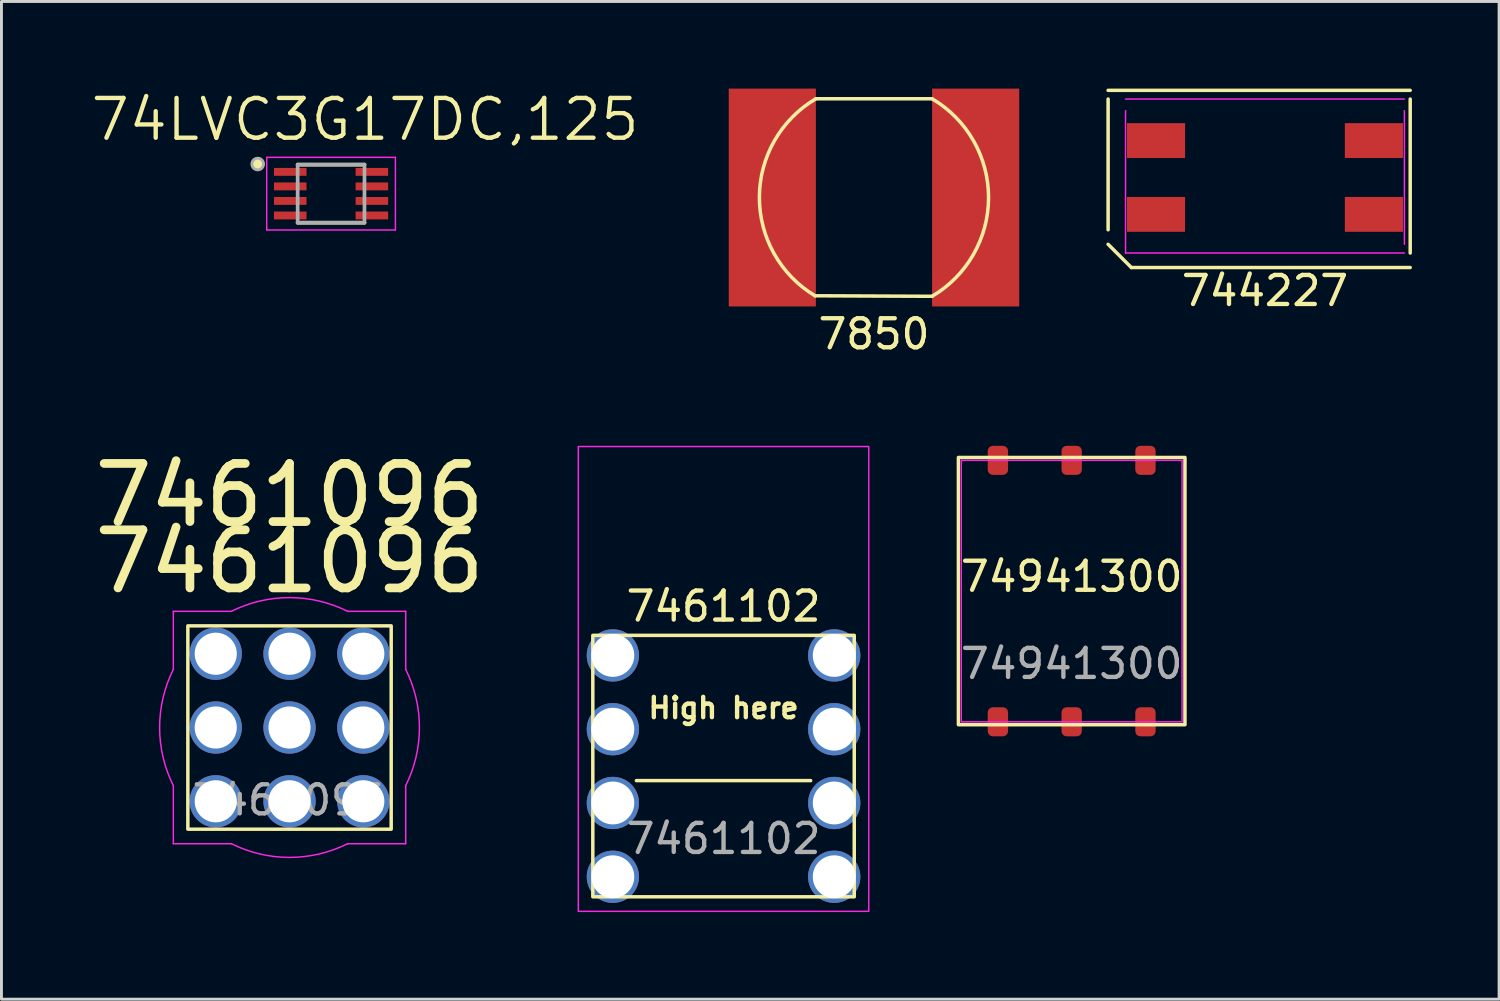
<source format=kicad_pcb>
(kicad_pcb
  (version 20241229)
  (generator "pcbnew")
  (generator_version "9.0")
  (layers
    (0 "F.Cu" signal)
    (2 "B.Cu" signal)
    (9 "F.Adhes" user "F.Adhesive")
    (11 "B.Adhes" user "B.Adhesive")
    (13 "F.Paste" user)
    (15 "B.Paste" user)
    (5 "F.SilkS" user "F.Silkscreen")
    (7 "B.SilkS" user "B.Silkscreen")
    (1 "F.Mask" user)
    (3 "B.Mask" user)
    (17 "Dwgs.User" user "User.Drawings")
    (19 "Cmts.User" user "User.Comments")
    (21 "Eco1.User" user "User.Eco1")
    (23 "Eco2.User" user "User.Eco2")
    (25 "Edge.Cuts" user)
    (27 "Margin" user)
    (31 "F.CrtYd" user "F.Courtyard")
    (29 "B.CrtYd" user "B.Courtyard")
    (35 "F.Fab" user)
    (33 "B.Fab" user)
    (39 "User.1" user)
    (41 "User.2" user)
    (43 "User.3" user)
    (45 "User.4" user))
  (footprint "7461096"
    (layer "F.Cu")
    (at 6.917 21.995)
    (property "Reference" "7461096" (at 0 -8 0) (unlocked yes) (layer "F.SilkS") (effects (font (size 2 2) (thickness 0.3))))
    (property "Value" "7461096" (at 0 1 0) (unlocked yes) (layer "F.Fab") (hide yes) (effects (font (size 1 1) (thickness 0.15))))
    (fp_rect (start -3.5 -3.5) (end 3.5 3.5) (stroke (width 0.12) (type default)) (fill no) (layer "F.SilkS"))
    (fp_line (start -4 -2) (end -4 -4) (stroke (width 0.05) (type default)) (layer "F.CrtYd"))
    (fp_line (start -4 2) (end -4 4) (stroke (width 0.05) (type default)) (layer "F.CrtYd"))
    (fp_line (start -2 -4) (end -4 -4) (stroke (width 0.05) (type default)) (layer "F.CrtYd"))
    (fp_line (start -2 4) (end -4 4) (stroke (width 0.05) (type default)) (layer "F.CrtYd"))
    (fp_line (start 2 -4) (end 4 -4) (stroke (width 0.05) (type default)) (layer "F.CrtYd"))
    (fp_line (start 2 4) (end 4 4) (stroke (width 0.05) (type default)) (layer "F.CrtYd"))
    (fp_line (start 4 -2) (end 4 -4) (stroke (width 0.05) (type default)) (layer "F.CrtYd"))
    (fp_line (start 4 2) (end 4 4) (stroke (width 0.05) (type default)) (layer "F.CrtYd"))
    (fp_arc (start -3.999999 2) (mid -4.472135 0) (end -3.999999 -2) (stroke (width 0.05) (type default)) (layer "F.CrtYd"))
    (fp_arc (start -2 -3.999999) (mid 0 -4.472135) (end 2 -3.999999) (stroke (width 0.05) (type default)) (layer "F.CrtYd"))
    (fp_arc (start 2 4) (mid 0 4.472136) (end -2 4) (stroke (width 0.05) (type default)) (layer "F.CrtYd"))
    (fp_arc (start 3.999999 -2) (mid 4.472135 0) (end 3.999999 2) (stroke (width 0.05) (type default)) (layer "F.CrtYd"))
    (fp_text user "${VALUE}" (at 0 -5.715 0) (layer "F.SilkS") (effects (font (size 2 2) (thickness 0.3))))
    (fp_text user "${REFERENCE}" (at 0 2.5 0) (unlocked yes) (layer "F.Fab") (effects (font (size 1 1) (thickness 0.15))))
    (pad "1" thru_hole circle (at -2.54 -2.54) (size 1.8 1.8) (drill 1.45) (layers "*.Cu" "*.Mask"))
    (pad "1" thru_hole circle (at -2.54 0) (size 1.8 1.8) (drill 1.45) (layers "*.Cu" "*.Mask"))
    (pad "1" thru_hole circle (at -2.54 2.54) (size 1.8 1.8) (drill 1.45) (layers "*.Cu" "*.Mask"))
    (pad "1" thru_hole circle (at 0 -2.54) (size 1.8 1.8) (drill 1.45) (layers "*.Cu" "*.Mask"))
    (pad "1" thru_hole circle (at 0 0) (size 1.8 1.8) (drill 1.45) (layers "*.Cu" "*.Mask"))
    (pad "1" thru_hole circle (at 0 2.54) (size 1.8 1.8) (drill 1.45) (layers "*.Cu" "*.Mask"))
    (pad "1" thru_hole circle (at 2.54 -2.54) (size 1.8 1.8) (drill 1.45) (layers "*.Cu" "*.Mask"))
    (pad "1" thru_hole circle (at 2.54 0) (size 1.8 1.8) (drill 1.45) (layers "*.Cu" "*.Mask"))
    (pad "1" thru_hole circle (at 2.54 2.54) (size 1.8 1.8) (drill 1.45) (layers "*.Cu" "*.Mask")))
  (footprint "7850"
    (layer "F.Cu")
    (at 27.037 3.75)
    (property "Reference" "7850" (at 0 4.7 0) (layer "F.SilkS") (effects (font (size 1 1) (thickness 0.15))))
    (attr through_hole)
    (fp_line (start -2.029 3.382) (end 2 3.4) (stroke (width 0.12) (type solid)) (layer "F.SilkS"))
    (fp_line (start -2 -3.4) (end 2 -3.4) (stroke (width 0.12) (type solid)) (layer "F.SilkS"))
    (fp_arc (start -2.029488 3.382479) (mid -3.944577 -0.01715) (end -1.999999 -3.399999) (stroke (width 0.12) (type solid)) (layer "F.SilkS"))
    (fp_arc (start 2 -3.399999) (mid 3.944616 0) (end 1.999999 3.399999) (stroke (width 0.12) (type solid)) (layer "F.SilkS"))
    (pad "1" smd rect (at -3.5 0) (size 3 7.5) (layers "F.Cu" "F.Mask" "F.Paste"))
    (pad "2" smd rect (at 3.5 0) (size 3 7.5) (layers "F.Cu" "F.Mask" "F.Paste")))
  (footprint "744227"
    (layer "F.Cu")
    (at 40.497 3.06)
    (property "Reference" "744227" (at 0 3.9 180) (layer "F.SilkS") (effects (font (size 1 1) (thickness 0.15))))
    (attr smd)
    (fp_line (start -5.4 -3) (end 5 -3) (stroke (width 0.12) (type solid)) (layer "F.SilkS"))
    (fp_line (start -5.4 1.8) (end -5.4 -2.7) (stroke (width 0.12) (type solid)) (layer "F.SilkS"))
    (fp_line (start -4.6 3.1) (end -5.4 2.3) (stroke (width 0.12) (type solid)) (layer "F.SilkS"))
    (fp_line (start 5 -2.7) (end 5 2.6) (stroke (width 0.12) (type solid)) (layer "F.SilkS"))
    (fp_line (start 5 3.1) (end -4.6 3.1) (stroke (width 0.12) (type solid)) (layer "F.SilkS"))
    (fp_line (start -4.8 -2.7) (end 4.8 -2.7) (stroke (width 0.05) (type solid)) (layer "F.CrtYd"))
    (fp_line (start -4.8 2.6) (end -4.8 -2.3) (stroke (width 0.05) (type solid)) (layer "F.CrtYd"))
    (fp_line (start 4.8 -2.3) (end 4.8 2.3) (stroke (width 0.05) (type solid)) (layer "F.CrtYd"))
    (fp_line (start 4.8 2.6) (end -4.8 2.6) (stroke (width 0.05) (type solid)) (layer "F.CrtYd"))
    (pad "1" smd rect (at -3.75 -1.27) (size 2 1.2) (layers "F.Cu" "F.Mask" "F.Paste"))
    (pad "2" smd rect (at -3.75 1.27) (size 2 1.2) (layers "F.Cu" "F.Mask" "F.Paste"))
    (pad "3" smd rect (at 3.75 1.27) (size 2 1.2) (layers "F.Cu" "F.Mask" "F.Paste"))
    (pad "4" smd rect (at 3.75 -1.27) (size 2 1.2) (layers "F.Cu" "F.Mask" "F.Paste")))
  (footprint "74941300"
    (layer "F.Cu")
    (at 33.843 17.298)
    (property "Reference" "74941300" (at 0 -0.5 0) (unlocked yes) (layer "F.SilkS") (effects (font (size 1 1) (thickness 0.15))))
    (attr smd)
    (fp_rect (start -3.9 -4.6) (end 3.9 4.6) (stroke (width 0.12) (type solid)) (fill no) (layer "F.SilkS"))
    (fp_rect (start -3.8 -4.5) (end 3.8 4.5) (stroke (width 0.05) (type solid)) (fill no) (layer "F.CrtYd"))
    (fp_text user "${REFERENCE}" (at 0 2.5 0) (unlocked yes) (layer "F.Fab") (effects (font (size 1 1) (thickness 0.15))))
    (pad "1" smd roundrect (at -2.54 4.5) (size 0.7 1) (layers "F.Cu" "F.Mask" "F.Paste") (roundrect_rratio 0.25))
    (pad "2" smd roundrect (at 0 4.5) (size 0.7 1) (layers "F.Cu" "F.Mask" "F.Paste") (roundrect_rratio 0.25))
    (pad "3" smd roundrect (at 2.54 4.5) (size 0.7 1) (layers "F.Cu" "F.Mask" "F.Paste") (roundrect_rratio 0.25))
    (pad "4" smd roundrect (at 2.54 -4.5) (size 0.7 1) (layers "F.Cu" "F.Mask" "F.Paste") (roundrect_rratio 0.25))
    (pad "5" smd roundrect (at 0 -4.5) (size 0.7 1) (layers "F.Cu" "F.Mask" "F.Paste") (roundrect_rratio 0.25))
    (pad "6" smd roundrect (at -2.54 -4.5) (size 0.7 1) (layers "F.Cu" "F.Mask" "F.Paste") (roundrect_rratio 0.25)))
  (footprint "74LVC3G17DC,125"
    (layer "F.Cu")
    (at 8.347 3.617)
    (property "Reference" "74LVC3G17DC,125" (at 1.172 -2.552 0) (layer "F.SilkS") (effects (font (size 1.37 1.37) (thickness 0.15))))
    (attr through_hole)
    (fp_line (start -1.15 -1) (end 1.15 -1) (stroke (width 0.127) (type solid)) (layer "F.SilkS"))
    (fp_line (start -1.15 1) (end 1.15 1) (stroke (width 0.127) (type solid)) (layer "F.SilkS"))
    (fp_circle (center -2.525 -1.02) (end -2.325 -1.02) (stroke (width 0) (type solid)) (fill yes) (layer "F.SilkS"))
    (fp_line (start -2.215 -1.25) (end -2.215 1.25) (stroke (width 0.05) (type solid)) (layer "F.CrtYd"))
    (fp_line (start -2.215 -1.25) (end 2.215 -1.25) (stroke (width 0.05) (type solid)) (layer "F.CrtYd"))
    (fp_line (start -2.215 1.25) (end 2.215 1.25) (stroke (width 0.05) (type solid)) (layer "F.CrtYd"))
    (fp_line (start 2.215 -1.25) (end 2.215 1.25) (stroke (width 0.05) (type solid)) (layer "F.CrtYd"))
    (fp_line (start -1.15 -1) (end -1.15 1) (stroke (width 0.127) (type solid)) (layer "F.Fab"))
    (fp_line (start -1.15 -1) (end 1.15 -1) (stroke (width 0.127) (type solid)) (layer "F.Fab"))
    (fp_line (start -1.15 1) (end 1.15 1) (stroke (width 0.127) (type solid)) (layer "F.Fab"))
    (fp_line (start 1.15 -1) (end 1.15 1) (stroke (width 0.127) (type solid)) (layer "F.Fab"))
    (fp_circle (center -2.525 -1.02) (end -2.325 -1.02) (stroke (width 0.1) (type solid)) (fill no) (layer "F.Fab"))
    (pad "1" smd roundrect (at -1.405 -0.75) (size 1.12 0.27) (layers "F.Cu" "F.Mask" "F.Paste") (roundrect_rratio 0.03))
    (pad "2" smd roundrect (at -1.405 -0.25) (size 1.12 0.27) (layers "F.Cu" "F.Mask" "F.Paste") (roundrect_rratio 0.03))
    (pad "3" smd roundrect (at -1.405 0.25) (size 1.12 0.27) (layers "F.Cu" "F.Mask" "F.Paste") (roundrect_rratio 0.03))
    (pad "4" smd roundrect (at -1.405 0.75) (size 1.12 0.27) (layers "F.Cu" "F.Mask" "F.Paste") (roundrect_rratio 0.03))
    (pad "5" smd roundrect (at 1.405 0.75) (size 1.12 0.27) (layers "F.Cu" "F.Mask" "F.Paste") (roundrect_rratio 0.03))
    (pad "6" smd roundrect (at 1.405 0.25) (size 1.12 0.27) (layers "F.Cu" "F.Mask" "F.Paste") (roundrect_rratio 0.03))
    (pad "7" smd roundrect (at 1.405 -0.25) (size 1.12 0.27) (layers "F.Cu" "F.Mask" "F.Paste") (roundrect_rratio 0.03))
    (pad "8" smd roundrect (at 1.405 -0.75) (size 1.12 0.27) (layers "F.Cu" "F.Mask" "F.Paste") (roundrect_rratio 0.03)))
  (footprint "7461102"
    (layer "F.Cu")
    (at 21.858 23.323)
    (property "Reference" "7461102" (at 0 -5.5 0) (unlocked yes) (layer "F.SilkS") (effects (font (size 1 1) (thickness 0.15))))
    (attr through_hole)
    (fp_line (start -3 0.5) (end 3 0.5) (stroke (width 0.12) (type default)) (layer "F.SilkS"))
    (fp_rect (start -4.5 -4.5) (end 4.5 4.5) (stroke (width 0.12) (type default)) (fill no) (layer "F.SilkS"))
    (fp_rect (start 5 5) (end -5 -11) (stroke (width 0.05) (type default)) (fill no) (layer "F.CrtYd"))
    (fp_text user "High here" (at 0 -2 0) (unlocked yes) (layer "F.SilkS") (effects (font (size 0.7 0.7) (thickness 0.15))))
    (fp_text user "${REFERENCE}" (at 0 2.5 0) (unlocked yes) (layer "F.Fab") (effects (font (size 1 1) (thickness 0.15))))
    (pad "1" thru_hole circle (at -3.81 -3.81) (size 1.8 1.8) (drill 1.475) (layers "*.Cu" "*.Mask"))
    (pad "1" thru_hole circle (at -3.81 -1.27) (size 1.8 1.8) (drill 1.475) (layers "*.Cu" "*.Mask"))
    (pad "1" thru_hole circle (at -3.81 1.27) (size 1.8 1.8) (drill 1.475) (layers "*.Cu" "*.Mask"))
    (pad "1" thru_hole circle (at -3.81 3.81) (size 1.8 1.8) (drill 1.475) (layers "*.Cu" "*.Mask"))
    (pad "1" thru_hole circle (at 3.81 -3.81) (size 1.8 1.8) (drill 1.475) (layers "*.Cu" "*.Mask"))
    (pad "1" thru_hole circle (at 3.81 -1.27) (size 1.8 1.8) (drill 1.475) (layers "*.Cu" "*.Mask"))
    (pad "1" thru_hole circle (at 3.81 1.27) (size 1.8 1.8) (drill 1.475) (layers "*.Cu" "*.Mask"))
    (pad "1" thru_hole circle (at 3.81 3.81) (size 1.8 1.8) (drill 1.475) (layers "*.Cu" "*.Mask")))
  (gr_rect
    (start -3 -3)
    (end 48.557 31.348)
    (stroke (width 0.1) (type default))
    (fill no)
    (layer "Edge.Cuts")))
</source>
